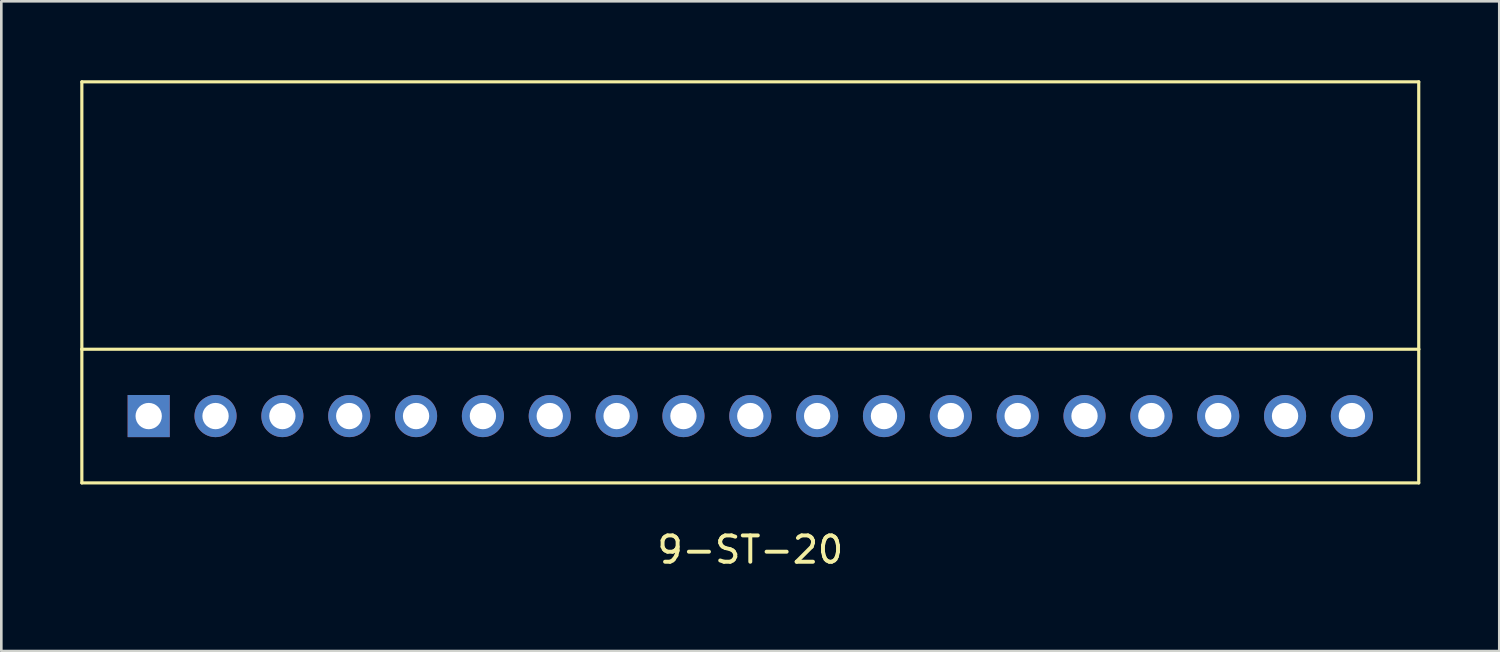
<source format=kicad_pcb>
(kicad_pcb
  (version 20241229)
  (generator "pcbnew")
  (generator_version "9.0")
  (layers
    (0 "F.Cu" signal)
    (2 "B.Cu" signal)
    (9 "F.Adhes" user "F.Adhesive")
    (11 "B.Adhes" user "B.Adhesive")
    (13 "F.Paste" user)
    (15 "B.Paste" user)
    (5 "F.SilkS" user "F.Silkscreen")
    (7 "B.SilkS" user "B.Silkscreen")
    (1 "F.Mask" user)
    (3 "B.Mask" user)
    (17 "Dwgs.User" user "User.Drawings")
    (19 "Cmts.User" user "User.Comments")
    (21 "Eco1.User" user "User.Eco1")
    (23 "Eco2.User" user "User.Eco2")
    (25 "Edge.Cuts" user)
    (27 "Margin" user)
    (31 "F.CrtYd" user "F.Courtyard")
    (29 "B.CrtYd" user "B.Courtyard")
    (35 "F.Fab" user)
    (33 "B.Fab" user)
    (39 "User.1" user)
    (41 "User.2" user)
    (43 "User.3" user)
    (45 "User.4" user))
  (footprint "9-ST-20"
    (layer "F.Cu")
    (at 2.6 12.76)
    (property "Reference" "9-ST-20" (at 22.86 5.08 0) (layer "F.SilkS") (effects (font (size 1 1) (thickness 0.15))))
    (attr through_hole)
    (fp_line (start -2.54 -12.7) (end 48.26 -12.7) (stroke (width 0.12) (type solid)) (layer "F.SilkS"))
    (fp_line (start -2.54 -2.54) (end -2.54 -12.7) (stroke (width 0.12) (type solid)) (layer "F.SilkS"))
    (fp_line (start -2.54 -2.54) (end 48.26 -2.54) (stroke (width 0.12) (type solid)) (layer "F.SilkS"))
    (fp_line (start -2.54 2.54) (end -2.54 -2.54) (stroke (width 0.12) (type solid)) (layer "F.SilkS"))
    (fp_line (start 48.26 -12.7) (end 48.26 -2.54) (stroke (width 0.12) (type solid)) (layer "F.SilkS"))
    (fp_line (start 48.26 -2.54) (end 48.26 2.54) (stroke (width 0.12) (type solid)) (layer "F.SilkS"))
    (fp_line (start 48.26 2.54) (end -2.54 2.54) (stroke (width 0.12) (type solid)) (layer "F.SilkS"))
    (pad "1" thru_hole rect (at 0 0) (size 1.6 1.6) (drill 1) (layers "*.Cu" "*.Mask"))
    (pad "2" thru_hole circle (at 2.54 0) (size 1.6 1.6) (drill 1) (layers "*.Cu" "*.Mask"))
    (pad "3" thru_hole circle (at 5.08 0) (size 1.6 1.6) (drill 1) (layers "*.Cu" "*.Mask"))
    (pad "4" thru_hole circle (at 7.62 0) (size 1.6 1.6) (drill 1) (layers "*.Cu" "*.Mask"))
    (pad "5" thru_hole circle (at 10.16 0) (size 1.6 1.6) (drill 1) (layers "*.Cu" "*.Mask"))
    (pad "6" thru_hole circle (at 12.7 0) (size 1.6 1.6) (drill 1) (layers "*.Cu" "*.Mask"))
    (pad "7" thru_hole circle (at 15.24 0) (size 1.6 1.6) (drill 1) (layers "*.Cu" "*.Mask"))
    (pad "8" thru_hole circle (at 17.78 0) (size 1.6 1.6) (drill 1) (layers "*.Cu" "*.Mask"))
    (pad "9" thru_hole circle (at 20.32 0) (size 1.6 1.6) (drill 1) (layers "*.Cu" "*.Mask"))
    (pad "10" thru_hole circle (at 22.86 0) (size 1.6 1.6) (drill 1) (layers "*.Cu" "*.Mask"))
    (pad "11" thru_hole circle (at 25.4 0) (size 1.6 1.6) (drill 1) (layers "*.Cu" "*.Mask"))
    (pad "12" thru_hole circle (at 27.94 0) (size 1.6 1.6) (drill 1) (layers "*.Cu" "*.Mask"))
    (pad "13" thru_hole circle (at 30.48 0) (size 1.6 1.6) (drill 1) (layers "*.Cu" "*.Mask"))
    (pad "14" thru_hole circle (at 33.02 0) (size 1.6 1.6) (drill 1) (layers "*.Cu" "*.Mask"))
    (pad "15" thru_hole circle (at 35.56 0) (size 1.6 1.6) (drill 1) (layers "*.Cu" "*.Mask"))
    (pad "16" thru_hole circle (at 38.1 0) (size 1.6 1.6) (drill 1) (layers "*.Cu" "*.Mask"))
    (pad "17" thru_hole circle (at 40.64 0) (size 1.6 1.6) (drill 1) (layers "*.Cu" "*.Mask"))
    (pad "18" thru_hole circle (at 43.18 0) (size 1.6 1.6) (drill 1) (layers "*.Cu" "*.Mask"))
    (pad "19" thru_hole circle (at 45.72 0) (size 1.6 1.6) (drill 1) (layers "*.Cu" "*.Mask")))
  (gr_rect
    (start -3 -3)
    (end 53.92 21.688)
    (stroke (width 0.1) (type default))
    (fill no)
    (layer "Edge.Cuts")))
</source>
